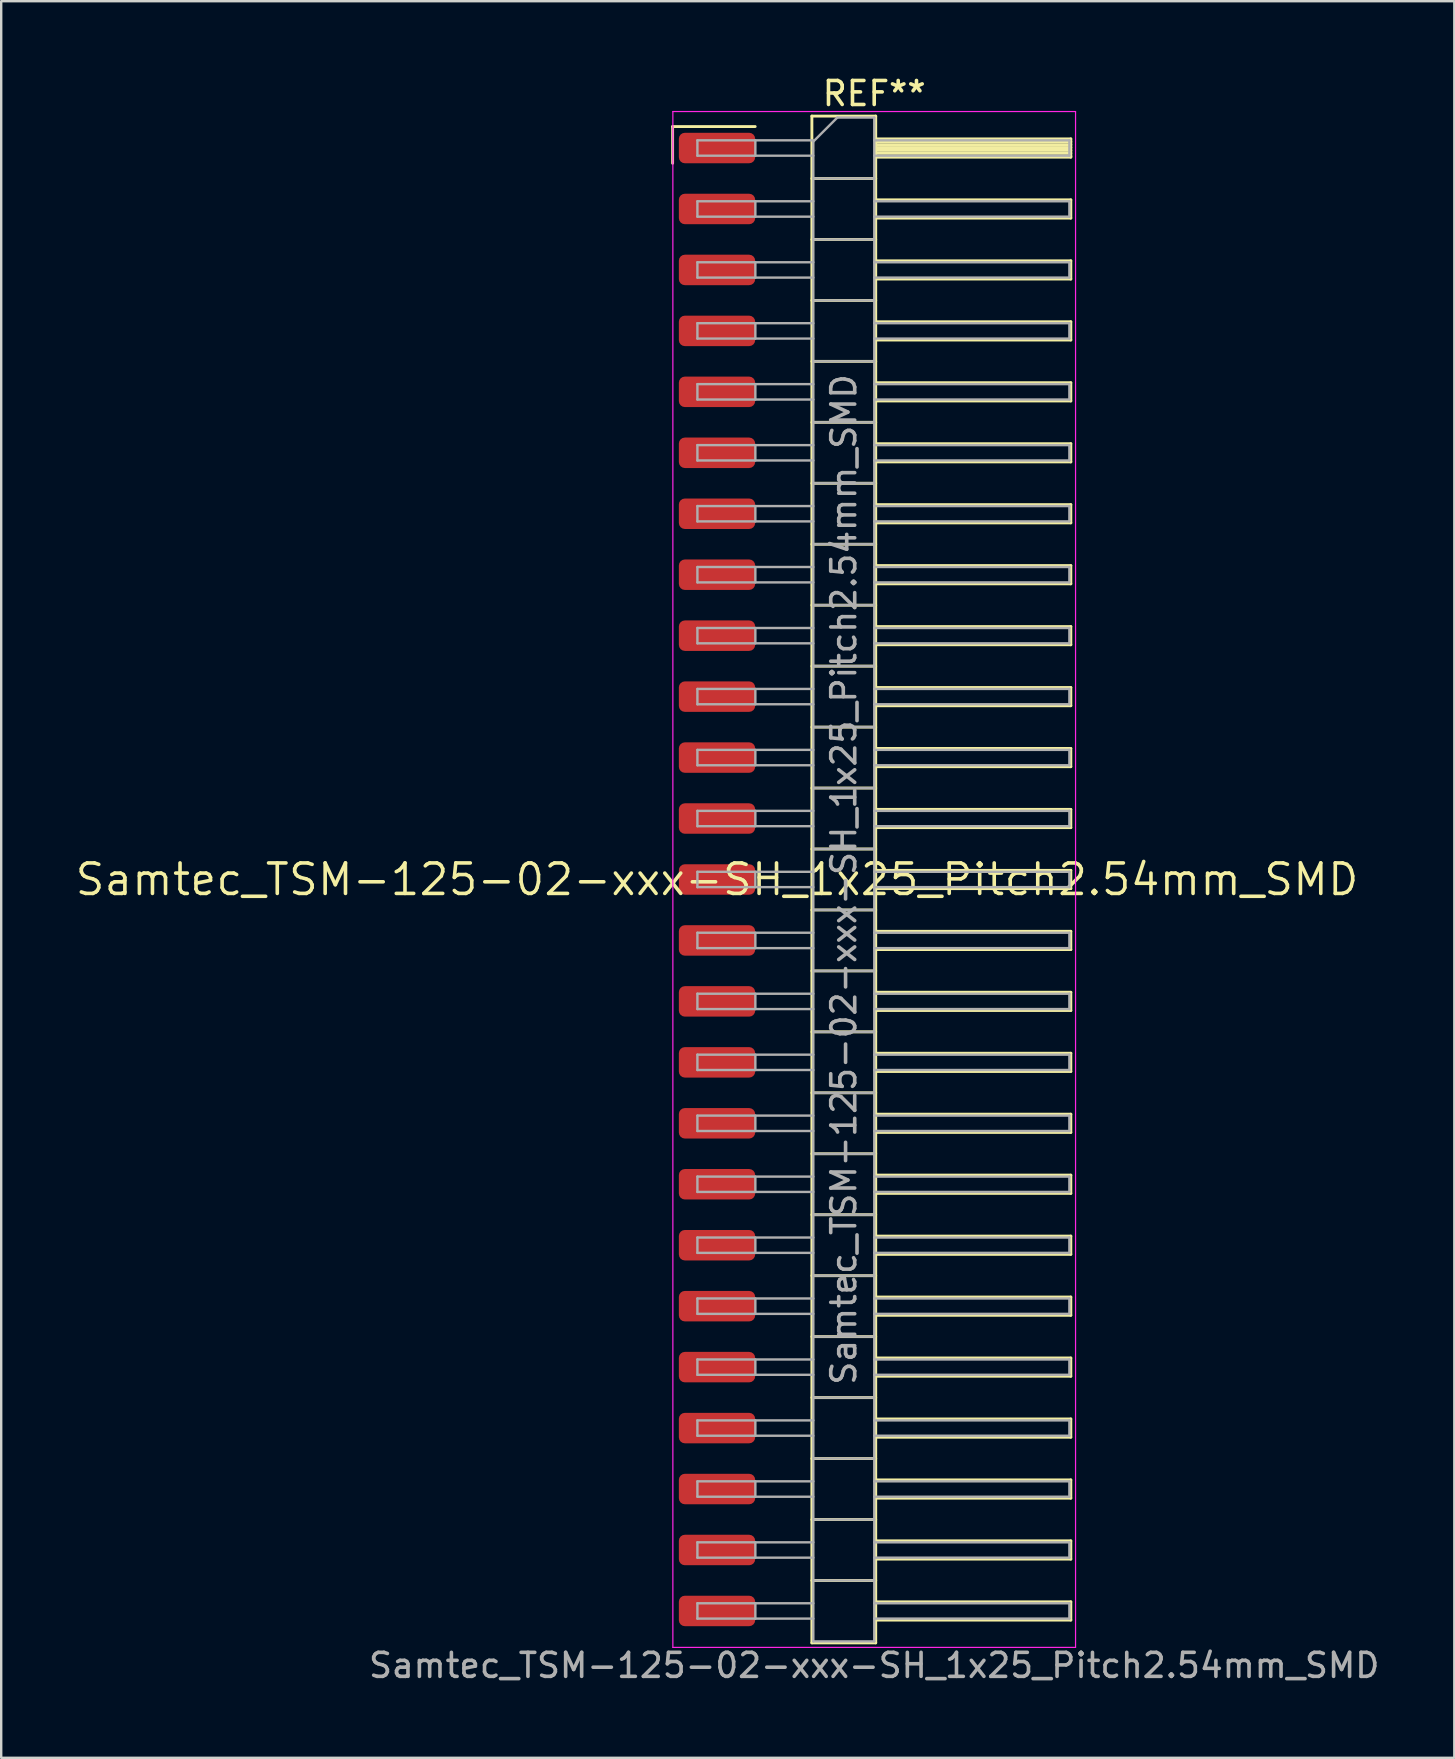
<source format=kicad_pcb>
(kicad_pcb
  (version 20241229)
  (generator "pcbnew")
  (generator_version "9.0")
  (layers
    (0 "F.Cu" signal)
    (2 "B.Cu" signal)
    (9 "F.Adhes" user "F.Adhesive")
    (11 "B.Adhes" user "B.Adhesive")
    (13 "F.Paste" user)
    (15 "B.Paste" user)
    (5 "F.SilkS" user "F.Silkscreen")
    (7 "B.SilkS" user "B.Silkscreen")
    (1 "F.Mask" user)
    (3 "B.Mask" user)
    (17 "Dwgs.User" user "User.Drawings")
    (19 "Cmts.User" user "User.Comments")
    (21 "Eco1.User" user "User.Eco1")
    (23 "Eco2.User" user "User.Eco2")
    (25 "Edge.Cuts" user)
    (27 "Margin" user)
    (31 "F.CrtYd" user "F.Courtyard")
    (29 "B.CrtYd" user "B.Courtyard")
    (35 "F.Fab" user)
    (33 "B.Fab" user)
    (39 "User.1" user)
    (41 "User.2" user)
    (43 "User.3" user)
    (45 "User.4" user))
  (footprint "Samtec_TSM-125-02-xxx-SH_1x25_Pitch2.54mm_SMD"
    (layer "F.Cu")
    (at 26.828 33.598)
    (property "Reference" "Samtec_TSM-125-02-xxx-SH_1x25_Pitch2.54mm_SMD" (at 0 0 0) (layer "F.SilkS") (effects (font (size 1.27 1.27) (thickness 0.15))))
    (attr smd)
    (fp_line (start -1.85 -31.375) (end 1.59 -31.375) (stroke (width 0.12) (type solid)) (layer "F.SilkS"))
    (fp_line (start -1.85 -29.845) (end -1.85 -31.375) (stroke (width 0.12) (type solid)) (layer "F.SilkS"))
    (fp_line (start 3.953 -31.81) (end 6.613 -31.81) (stroke (width 0.12) (type solid)) (layer "F.SilkS"))
    (fp_line (start 3.953 -29.21) (end 6.613 -29.21) (stroke (width 0.12) (type solid)) (layer "F.SilkS"))
    (fp_line (start 3.953 -26.67) (end 6.613 -26.67) (stroke (width 0.12) (type solid)) (layer "F.SilkS"))
    (fp_line (start 3.953 -24.13) (end 6.613 -24.13) (stroke (width 0.12) (type solid)) (layer "F.SilkS"))
    (fp_line (start 3.953 -21.59) (end 6.613 -21.59) (stroke (width 0.12) (type solid)) (layer "F.SilkS"))
    (fp_line (start 3.953 -19.05) (end 6.613 -19.05) (stroke (width 0.12) (type solid)) (layer "F.SilkS"))
    (fp_line (start 3.953 -16.51) (end 6.613 -16.51) (stroke (width 0.12) (type solid)) (layer "F.SilkS"))
    (fp_line (start 3.953 -13.97) (end 6.613 -13.97) (stroke (width 0.12) (type solid)) (layer "F.SilkS"))
    (fp_line (start 3.953 -11.43) (end 6.613 -11.43) (stroke (width 0.12) (type solid)) (layer "F.SilkS"))
    (fp_line (start 3.953 -8.89) (end 6.613 -8.89) (stroke (width 0.12) (type solid)) (layer "F.SilkS"))
    (fp_line (start 3.953 -6.35) (end 6.613 -6.35) (stroke (width 0.12) (type solid)) (layer "F.SilkS"))
    (fp_line (start 3.953 -3.81) (end 6.613 -3.81) (stroke (width 0.12) (type solid)) (layer "F.SilkS"))
    (fp_line (start 3.953 -1.27) (end 6.613 -1.27) (stroke (width 0.12) (type solid)) (layer "F.SilkS"))
    (fp_line (start 3.953 1.27) (end 6.613 1.27) (stroke (width 0.12) (type solid)) (layer "F.SilkS"))
    (fp_line (start 3.953 3.81) (end 6.613 3.81) (stroke (width 0.12) (type solid)) (layer "F.SilkS"))
    (fp_line (start 3.953 6.35) (end 6.613 6.35) (stroke (width 0.12) (type solid)) (layer "F.SilkS"))
    (fp_line (start 3.953 8.89) (end 6.613 8.89) (stroke (width 0.12) (type solid)) (layer "F.SilkS"))
    (fp_line (start 3.953 11.43) (end 6.613 11.43) (stroke (width 0.12) (type solid)) (layer "F.SilkS"))
    (fp_line (start 3.953 13.97) (end 6.613 13.97) (stroke (width 0.12) (type solid)) (layer "F.SilkS"))
    (fp_line (start 3.953 16.51) (end 6.613 16.51) (stroke (width 0.12) (type solid)) (layer "F.SilkS"))
    (fp_line (start 3.953 19.05) (end 6.613 19.05) (stroke (width 0.12) (type solid)) (layer "F.SilkS"))
    (fp_line (start 3.953 21.59) (end 6.613 21.59) (stroke (width 0.12) (type solid)) (layer "F.SilkS"))
    (fp_line (start 3.953 24.13) (end 6.613 24.13) (stroke (width 0.12) (type solid)) (layer "F.SilkS"))
    (fp_line (start 3.953 26.67) (end 6.613 26.67) (stroke (width 0.12) (type solid)) (layer "F.SilkS"))
    (fp_line (start 3.953 29.21) (end 6.613 29.21) (stroke (width 0.12) (type solid)) (layer "F.SilkS"))
    (fp_line (start 3.953 31.81) (end 3.953 -31.81) (stroke (width 0.12) (type solid)) (layer "F.SilkS"))
    (fp_line (start 6.613 -31.81) (end 6.613 31.81) (stroke (width 0.12) (type solid)) (layer "F.SilkS"))
    (fp_line (start 6.613 -30.86) (end 14.743 -30.86) (stroke (width 0.12) (type solid)) (layer "F.SilkS"))
    (fp_line (start 6.613 -30.74) (end 14.743 -30.74) (stroke (width 0.12) (type solid)) (layer "F.SilkS"))
    (fp_line (start 6.613 -30.62) (end 14.743 -30.62) (stroke (width 0.12) (type solid)) (layer "F.SilkS"))
    (fp_line (start 6.613 -30.5) (end 14.743 -30.5) (stroke (width 0.12) (type solid)) (layer "F.SilkS"))
    (fp_line (start 6.613 -30.38) (end 14.743 -30.38) (stroke (width 0.12) (type solid)) (layer "F.SilkS"))
    (fp_line (start 6.613 -30.26) (end 14.743 -30.26) (stroke (width 0.12) (type solid)) (layer "F.SilkS"))
    (fp_line (start 6.613 -30.14) (end 14.743 -30.14) (stroke (width 0.12) (type solid)) (layer "F.SilkS"))
    (fp_line (start 6.613 -30.1) (end 14.743 -30.1) (stroke (width 0.12) (type solid)) (layer "F.SilkS"))
    (fp_line (start 6.613 -28.32) (end 14.743 -28.32) (stroke (width 0.12) (type solid)) (layer "F.SilkS"))
    (fp_line (start 6.613 -27.56) (end 14.743 -27.56) (stroke (width 0.12) (type solid)) (layer "F.SilkS"))
    (fp_line (start 6.613 -25.78) (end 14.743 -25.78) (stroke (width 0.12) (type solid)) (layer "F.SilkS"))
    (fp_line (start 6.613 -25.02) (end 14.743 -25.02) (stroke (width 0.12) (type solid)) (layer "F.SilkS"))
    (fp_line (start 6.613 -23.24) (end 14.743 -23.24) (stroke (width 0.12) (type solid)) (layer "F.SilkS"))
    (fp_line (start 6.613 -22.48) (end 14.743 -22.48) (stroke (width 0.12) (type solid)) (layer "F.SilkS"))
    (fp_line (start 6.613 -20.7) (end 14.743 -20.7) (stroke (width 0.12) (type solid)) (layer "F.SilkS"))
    (fp_line (start 6.613 -19.94) (end 14.743 -19.94) (stroke (width 0.12) (type solid)) (layer "F.SilkS"))
    (fp_line (start 6.613 -18.16) (end 14.743 -18.16) (stroke (width 0.12) (type solid)) (layer "F.SilkS"))
    (fp_line (start 6.613 -17.4) (end 14.743 -17.4) (stroke (width 0.12) (type solid)) (layer "F.SilkS"))
    (fp_line (start 6.613 -15.62) (end 14.743 -15.62) (stroke (width 0.12) (type solid)) (layer "F.SilkS"))
    (fp_line (start 6.613 -14.86) (end 14.743 -14.86) (stroke (width 0.12) (type solid)) (layer "F.SilkS"))
    (fp_line (start 6.613 -13.08) (end 14.743 -13.08) (stroke (width 0.12) (type solid)) (layer "F.SilkS"))
    (fp_line (start 6.613 -12.32) (end 14.743 -12.32) (stroke (width 0.12) (type solid)) (layer "F.SilkS"))
    (fp_line (start 6.613 -10.54) (end 14.743 -10.54) (stroke (width 0.12) (type solid)) (layer "F.SilkS"))
    (fp_line (start 6.613 -9.78) (end 14.743 -9.78) (stroke (width 0.12) (type solid)) (layer "F.SilkS"))
    (fp_line (start 6.613 -8) (end 14.743 -8) (stroke (width 0.12) (type solid)) (layer "F.SilkS"))
    (fp_line (start 6.613 -7.24) (end 14.743 -7.24) (stroke (width 0.12) (type solid)) (layer "F.SilkS"))
    (fp_line (start 6.613 -5.46) (end 14.743 -5.46) (stroke (width 0.12) (type solid)) (layer "F.SilkS"))
    (fp_line (start 6.613 -4.7) (end 14.743 -4.7) (stroke (width 0.12) (type solid)) (layer "F.SilkS"))
    (fp_line (start 6.613 -2.92) (end 14.743 -2.92) (stroke (width 0.12) (type solid)) (layer "F.SilkS"))
    (fp_line (start 6.613 -2.16) (end 14.743 -2.16) (stroke (width 0.12) (type solid)) (layer "F.SilkS"))
    (fp_line (start 6.613 -0.38) (end 14.743 -0.38) (stroke (width 0.12) (type solid)) (layer "F.SilkS"))
    (fp_line (start 6.613 0.38) (end 14.743 0.38) (stroke (width 0.12) (type solid)) (layer "F.SilkS"))
    (fp_line (start 6.613 2.16) (end 14.743 2.16) (stroke (width 0.12) (type solid)) (layer "F.SilkS"))
    (fp_line (start 6.613 2.92) (end 14.743 2.92) (stroke (width 0.12) (type solid)) (layer "F.SilkS"))
    (fp_line (start 6.613 4.7) (end 14.743 4.7) (stroke (width 0.12) (type solid)) (layer "F.SilkS"))
    (fp_line (start 6.613 5.46) (end 14.743 5.46) (stroke (width 0.12) (type solid)) (layer "F.SilkS"))
    (fp_line (start 6.613 7.24) (end 14.743 7.24) (stroke (width 0.12) (type solid)) (layer "F.SilkS"))
    (fp_line (start 6.613 8) (end 14.743 8) (stroke (width 0.12) (type solid)) (layer "F.SilkS"))
    (fp_line (start 6.613 9.78) (end 14.743 9.78) (stroke (width 0.12) (type solid)) (layer "F.SilkS"))
    (fp_line (start 6.613 10.54) (end 14.743 10.54) (stroke (width 0.12) (type solid)) (layer "F.SilkS"))
    (fp_line (start 6.613 12.32) (end 14.743 12.32) (stroke (width 0.12) (type solid)) (layer "F.SilkS"))
    (fp_line (start 6.613 13.08) (end 14.743 13.08) (stroke (width 0.12) (type solid)) (layer "F.SilkS"))
    (fp_line (start 6.613 14.86) (end 14.743 14.86) (stroke (width 0.12) (type solid)) (layer "F.SilkS"))
    (fp_line (start 6.613 15.62) (end 14.743 15.62) (stroke (width 0.12) (type solid)) (layer "F.SilkS"))
    (fp_line (start 6.613 17.4) (end 14.743 17.4) (stroke (width 0.12) (type solid)) (layer "F.SilkS"))
    (fp_line (start 6.613 18.16) (end 14.743 18.16) (stroke (width 0.12) (type solid)) (layer "F.SilkS"))
    (fp_line (start 6.613 19.94) (end 14.743 19.94) (stroke (width 0.12) (type solid)) (layer "F.SilkS"))
    (fp_line (start 6.613 20.7) (end 14.743 20.7) (stroke (width 0.12) (type solid)) (layer "F.SilkS"))
    (fp_line (start 6.613 22.48) (end 14.743 22.48) (stroke (width 0.12) (type solid)) (layer "F.SilkS"))
    (fp_line (start 6.613 23.24) (end 14.743 23.24) (stroke (width 0.12) (type solid)) (layer "F.SilkS"))
    (fp_line (start 6.613 25.02) (end 14.743 25.02) (stroke (width 0.12) (type solid)) (layer "F.SilkS"))
    (fp_line (start 6.613 25.78) (end 14.743 25.78) (stroke (width 0.12) (type solid)) (layer "F.SilkS"))
    (fp_line (start 6.613 27.56) (end 14.743 27.56) (stroke (width 0.12) (type solid)) (layer "F.SilkS"))
    (fp_line (start 6.613 28.32) (end 14.743 28.32) (stroke (width 0.12) (type solid)) (layer "F.SilkS"))
    (fp_line (start 6.613 30.1) (end 14.743 30.1) (stroke (width 0.12) (type solid)) (layer "F.SilkS"))
    (fp_line (start 6.613 30.86) (end 14.743 30.86) (stroke (width 0.12) (type solid)) (layer "F.SilkS"))
    (fp_line (start 6.613 31.81) (end 3.953 31.81) (stroke (width 0.12) (type solid)) (layer "F.SilkS"))
    (fp_line (start 14.743 -30.86) (end 14.743 -30.1) (stroke (width 0.12) (type solid)) (layer "F.SilkS"))
    (fp_line (start 14.743 -28.32) (end 14.743 -27.56) (stroke (width 0.12) (type solid)) (layer "F.SilkS"))
    (fp_line (start 14.743 -25.78) (end 14.743 -25.02) (stroke (width 0.12) (type solid)) (layer "F.SilkS"))
    (fp_line (start 14.743 -23.24) (end 14.743 -22.48) (stroke (width 0.12) (type solid)) (layer "F.SilkS"))
    (fp_line (start 14.743 -20.7) (end 14.743 -19.94) (stroke (width 0.12) (type solid)) (layer "F.SilkS"))
    (fp_line (start 14.743 -18.16) (end 14.743 -17.4) (stroke (width 0.12) (type solid)) (layer "F.SilkS"))
    (fp_line (start 14.743 -15.62) (end 14.743 -14.86) (stroke (width 0.12) (type solid)) (layer "F.SilkS"))
    (fp_line (start 14.743 -13.08) (end 14.743 -12.32) (stroke (width 0.12) (type solid)) (layer "F.SilkS"))
    (fp_line (start 14.743 -10.54) (end 14.743 -9.78) (stroke (width 0.12) (type solid)) (layer "F.SilkS"))
    (fp_line (start 14.743 -8) (end 14.743 -7.24) (stroke (width 0.12) (type solid)) (layer "F.SilkS"))
    (fp_line (start 14.743 -5.46) (end 14.743 -4.7) (stroke (width 0.12) (type solid)) (layer "F.SilkS"))
    (fp_line (start 14.743 -2.92) (end 14.743 -2.16) (stroke (width 0.12) (type solid)) (layer "F.SilkS"))
    (fp_line (start 14.743 -0.38) (end 14.743 0.38) (stroke (width 0.12) (type solid)) (layer "F.SilkS"))
    (fp_line (start 14.743 2.16) (end 14.743 2.92) (stroke (width 0.12) (type solid)) (layer "F.SilkS"))
    (fp_line (start 14.743 4.7) (end 14.743 5.46) (stroke (width 0.12) (type solid)) (layer "F.SilkS"))
    (fp_line (start 14.743 7.24) (end 14.743 8) (stroke (width 0.12) (type solid)) (layer "F.SilkS"))
    (fp_line (start 14.743 9.78) (end 14.743 10.54) (stroke (width 0.12) (type solid)) (layer "F.SilkS"))
    (fp_line (start 14.743 12.32) (end 14.743 13.08) (stroke (width 0.12) (type solid)) (layer "F.SilkS"))
    (fp_line (start 14.743 14.86) (end 14.743 15.62) (stroke (width 0.12) (type solid)) (layer "F.SilkS"))
    (fp_line (start 14.743 17.4) (end 14.743 18.16) (stroke (width 0.12) (type solid)) (layer "F.SilkS"))
    (fp_line (start 14.743 19.94) (end 14.743 20.7) (stroke (width 0.12) (type solid)) (layer "F.SilkS"))
    (fp_line (start 14.743 22.48) (end 14.743 23.24) (stroke (width 0.12) (type solid)) (layer "F.SilkS"))
    (fp_line (start 14.743 25.02) (end 14.743 25.78) (stroke (width 0.12) (type solid)) (layer "F.SilkS"))
    (fp_line (start 14.743 27.56) (end 14.743 28.32) (stroke (width 0.12) (type solid)) (layer "F.SilkS"))
    (fp_line (start 14.743 30.1) (end 14.743 30.86) (stroke (width 0.12) (type solid)) (layer "F.SilkS"))
    (fp_line (start -1.84 -32) (end 14.94 -32) (stroke (width 0.05) (type solid)) (layer "F.CrtYd"))
    (fp_line (start -1.84 32) (end -1.84 -32) (stroke (width 0.05) (type solid)) (layer "F.CrtYd"))
    (fp_line (start 14.94 -32) (end 14.94 32) (stroke (width 0.05) (type solid)) (layer "F.CrtYd"))
    (fp_line (start 14.94 32) (end -1.84 32) (stroke (width 0.05) (type solid)) (layer "F.CrtYd"))
    (fp_line (start -0.817 -30.8) (end -0.817 -30.16) (stroke (width 0.1) (type solid)) (layer "F.Fab"))
    (fp_line (start -0.817 -30.8) (end 4.013 -30.8) (stroke (width 0.1) (type solid)) (layer "F.Fab"))
    (fp_line (start -0.817 -30.16) (end 4.013 -30.16) (stroke (width 0.1) (type solid)) (layer "F.Fab"))
    (fp_line (start -0.817 -28.26) (end -0.817 -27.62) (stroke (width 0.1) (type solid)) (layer "F.Fab"))
    (fp_line (start -0.817 -28.26) (end 4.013 -28.26) (stroke (width 0.1) (type solid)) (layer "F.Fab"))
    (fp_line (start -0.817 -27.62) (end 4.013 -27.62) (stroke (width 0.1) (type solid)) (layer "F.Fab"))
    (fp_line (start -0.817 -25.72) (end -0.817 -25.08) (stroke (width 0.1) (type solid)) (layer "F.Fab"))
    (fp_line (start -0.817 -25.72) (end 4.013 -25.72) (stroke (width 0.1) (type solid)) (layer "F.Fab"))
    (fp_line (start -0.817 -25.08) (end 4.013 -25.08) (stroke (width 0.1) (type solid)) (layer "F.Fab"))
    (fp_line (start -0.817 -23.18) (end -0.817 -22.54) (stroke (width 0.1) (type solid)) (layer "F.Fab"))
    (fp_line (start -0.817 -23.18) (end 4.013 -23.18) (stroke (width 0.1) (type solid)) (layer "F.Fab"))
    (fp_line (start -0.817 -22.54) (end 4.013 -22.54) (stroke (width 0.1) (type solid)) (layer "F.Fab"))
    (fp_line (start -0.817 -20.64) (end -0.817 -20) (stroke (width 0.1) (type solid)) (layer "F.Fab"))
    (fp_line (start -0.817 -20.64) (end 4.013 -20.64) (stroke (width 0.1) (type solid)) (layer "F.Fab"))
    (fp_line (start -0.817 -20) (end 4.013 -20) (stroke (width 0.1) (type solid)) (layer "F.Fab"))
    (fp_line (start -0.817 -18.1) (end -0.817 -17.46) (stroke (width 0.1) (type solid)) (layer "F.Fab"))
    (fp_line (start -0.817 -18.1) (end 4.013 -18.1) (stroke (width 0.1) (type solid)) (layer "F.Fab"))
    (fp_line (start -0.817 -17.46) (end 4.013 -17.46) (stroke (width 0.1) (type solid)) (layer "F.Fab"))
    (fp_line (start -0.817 -15.56) (end -0.817 -14.92) (stroke (width 0.1) (type solid)) (layer "F.Fab"))
    (fp_line (start -0.817 -15.56) (end 4.013 -15.56) (stroke (width 0.1) (type solid)) (layer "F.Fab"))
    (fp_line (start -0.817 -14.92) (end 4.013 -14.92) (stroke (width 0.1) (type solid)) (layer "F.Fab"))
    (fp_line (start -0.817 -13.02) (end -0.817 -12.38) (stroke (width 0.1) (type solid)) (layer "F.Fab"))
    (fp_line (start -0.817 -13.02) (end 4.013 -13.02) (stroke (width 0.1) (type solid)) (layer "F.Fab"))
    (fp_line (start -0.817 -12.38) (end 4.013 -12.38) (stroke (width 0.1) (type solid)) (layer "F.Fab"))
    (fp_line (start -0.817 -10.48) (end -0.817 -9.84) (stroke (width 0.1) (type solid)) (layer "F.Fab"))
    (fp_line (start -0.817 -10.48) (end 4.013 -10.48) (stroke (width 0.1) (type solid)) (layer "F.Fab"))
    (fp_line (start -0.817 -9.84) (end 4.013 -9.84) (stroke (width 0.1) (type solid)) (layer "F.Fab"))
    (fp_line (start -0.817 -7.94) (end -0.817 -7.3) (stroke (width 0.1) (type solid)) (layer "F.Fab"))
    (fp_line (start -0.817 -7.94) (end 4.013 -7.94) (stroke (width 0.1) (type solid)) (layer "F.Fab"))
    (fp_line (start -0.817 -7.3) (end 4.013 -7.3) (stroke (width 0.1) (type solid)) (layer "F.Fab"))
    (fp_line (start -0.817 -5.4) (end -0.817 -4.76) (stroke (width 0.1) (type solid)) (layer "F.Fab"))
    (fp_line (start -0.817 -5.4) (end 4.013 -5.4) (stroke (width 0.1) (type solid)) (layer "F.Fab"))
    (fp_line (start -0.817 -4.76) (end 4.013 -4.76) (stroke (width 0.1) (type solid)) (layer "F.Fab"))
    (fp_line (start -0.817 -2.86) (end -0.817 -2.22) (stroke (width 0.1) (type solid)) (layer "F.Fab"))
    (fp_line (start -0.817 -2.86) (end 4.013 -2.86) (stroke (width 0.1) (type solid)) (layer "F.Fab"))
    (fp_line (start -0.817 -2.22) (end 4.013 -2.22) (stroke (width 0.1) (type solid)) (layer "F.Fab"))
    (fp_line (start -0.817 -0.32) (end -0.817 0.32) (stroke (width 0.1) (type solid)) (layer "F.Fab"))
    (fp_line (start -0.817 -0.32) (end 4.013 -0.32) (stroke (width 0.1) (type solid)) (layer "F.Fab"))
    (fp_line (start -0.817 0.32) (end 4.013 0.32) (stroke (width 0.1) (type solid)) (layer "F.Fab"))
    (fp_line (start -0.817 2.22) (end -0.817 2.86) (stroke (width 0.1) (type solid)) (layer "F.Fab"))
    (fp_line (start -0.817 2.22) (end 4.013 2.22) (stroke (width 0.1) (type solid)) (layer "F.Fab"))
    (fp_line (start -0.817 2.86) (end 4.013 2.86) (stroke (width 0.1) (type solid)) (layer "F.Fab"))
    (fp_line (start -0.817 4.76) (end -0.817 5.4) (stroke (width 0.1) (type solid)) (layer "F.Fab"))
    (fp_line (start -0.817 4.76) (end 4.013 4.76) (stroke (width 0.1) (type solid)) (layer "F.Fab"))
    (fp_line (start -0.817 5.4) (end 4.013 5.4) (stroke (width 0.1) (type solid)) (layer "F.Fab"))
    (fp_line (start -0.817 7.3) (end -0.817 7.94) (stroke (width 0.1) (type solid)) (layer "F.Fab"))
    (fp_line (start -0.817 7.3) (end 4.013 7.3) (stroke (width 0.1) (type solid)) (layer "F.Fab"))
    (fp_line (start -0.817 7.94) (end 4.013 7.94) (stroke (width 0.1) (type solid)) (layer "F.Fab"))
    (fp_line (start -0.817 9.84) (end -0.817 10.48) (stroke (width 0.1) (type solid)) (layer "F.Fab"))
    (fp_line (start -0.817 9.84) (end 4.013 9.84) (stroke (width 0.1) (type solid)) (layer "F.Fab"))
    (fp_line (start -0.817 10.48) (end 4.013 10.48) (stroke (width 0.1) (type solid)) (layer "F.Fab"))
    (fp_line (start -0.817 12.38) (end -0.817 13.02) (stroke (width 0.1) (type solid)) (layer "F.Fab"))
    (fp_line (start -0.817 12.38) (end 4.013 12.38) (stroke (width 0.1) (type solid)) (layer "F.Fab"))
    (fp_line (start -0.817 13.02) (end 4.013 13.02) (stroke (width 0.1) (type solid)) (layer "F.Fab"))
    (fp_line (start -0.817 14.92) (end -0.817 15.56) (stroke (width 0.1) (type solid)) (layer "F.Fab"))
    (fp_line (start -0.817 14.92) (end 4.013 14.92) (stroke (width 0.1) (type solid)) (layer "F.Fab"))
    (fp_line (start -0.817 15.56) (end 4.013 15.56) (stroke (width 0.1) (type solid)) (layer "F.Fab"))
    (fp_line (start -0.817 17.46) (end -0.817 18.1) (stroke (width 0.1) (type solid)) (layer "F.Fab"))
    (fp_line (start -0.817 17.46) (end 4.013 17.46) (stroke (width 0.1) (type solid)) (layer "F.Fab"))
    (fp_line (start -0.817 18.1) (end 4.013 18.1) (stroke (width 0.1) (type solid)) (layer "F.Fab"))
    (fp_line (start -0.817 20) (end -0.817 20.64) (stroke (width 0.1) (type solid)) (layer "F.Fab"))
    (fp_line (start -0.817 20) (end 4.013 20) (stroke (width 0.1) (type solid)) (layer "F.Fab"))
    (fp_line (start -0.817 20.64) (end 4.013 20.64) (stroke (width 0.1) (type solid)) (layer "F.Fab"))
    (fp_line (start -0.817 22.54) (end -0.817 23.18) (stroke (width 0.1) (type solid)) (layer "F.Fab"))
    (fp_line (start -0.817 22.54) (end 4.013 22.54) (stroke (width 0.1) (type solid)) (layer "F.Fab"))
    (fp_line (start -0.817 23.18) (end 4.013 23.18) (stroke (width 0.1) (type solid)) (layer "F.Fab"))
    (fp_line (start -0.817 25.08) (end -0.817 25.72) (stroke (width 0.1) (type solid)) (layer "F.Fab"))
    (fp_line (start -0.817 25.08) (end 4.013 25.08) (stroke (width 0.1) (type solid)) (layer "F.Fab"))
    (fp_line (start -0.817 25.72) (end 4.013 25.72) (stroke (width 0.1) (type solid)) (layer "F.Fab"))
    (fp_line (start -0.817 27.62) (end -0.817 28.26) (stroke (width 0.1) (type solid)) (layer "F.Fab"))
    (fp_line (start -0.817 27.62) (end 4.013 27.62) (stroke (width 0.1) (type solid)) (layer "F.Fab"))
    (fp_line (start -0.817 28.26) (end 4.013 28.26) (stroke (width 0.1) (type solid)) (layer "F.Fab"))
    (fp_line (start -0.817 30.16) (end -0.817 30.8) (stroke (width 0.1) (type solid)) (layer "F.Fab"))
    (fp_line (start -0.817 30.16) (end 4.013 30.16) (stroke (width 0.1) (type solid)) (layer "F.Fab"))
    (fp_line (start -0.817 30.8) (end 4.013 30.8) (stroke (width 0.1) (type solid)) (layer "F.Fab"))
    (fp_line (start 1.598 -30.8) (end 1.598 -30.16) (stroke (width 0.1) (type solid)) (layer "F.Fab"))
    (fp_line (start 1.598 -28.26) (end 1.598 -27.62) (stroke (width 0.1) (type solid)) (layer "F.Fab"))
    (fp_line (start 1.598 -25.72) (end 1.598 -25.08) (stroke (width 0.1) (type solid)) (layer "F.Fab"))
    (fp_line (start 1.598 -23.18) (end 1.598 -22.54) (stroke (width 0.1) (type solid)) (layer "F.Fab"))
    (fp_line (start 1.598 -20.64) (end 1.598 -20) (stroke (width 0.1) (type solid)) (layer "F.Fab"))
    (fp_line (start 1.598 -18.1) (end 1.598 -17.46) (stroke (width 0.1) (type solid)) (layer "F.Fab"))
    (fp_line (start 1.598 -15.56) (end 1.598 -14.92) (stroke (width 0.1) (type solid)) (layer "F.Fab"))
    (fp_line (start 1.598 -13.02) (end 1.598 -12.38) (stroke (width 0.1) (type solid)) (layer "F.Fab"))
    (fp_line (start 1.598 -10.48) (end 1.598 -9.84) (stroke (width 0.1) (type solid)) (layer "F.Fab"))
    (fp_line (start 1.598 -7.94) (end 1.598 -7.3) (stroke (width 0.1) (type solid)) (layer "F.Fab"))
    (fp_line (start 1.598 -5.4) (end 1.598 -4.76) (stroke (width 0.1) (type solid)) (layer "F.Fab"))
    (fp_line (start 1.598 -2.86) (end 1.598 -2.22) (stroke (width 0.1) (type solid)) (layer "F.Fab"))
    (fp_line (start 1.598 -0.32) (end 1.598 0.32) (stroke (width 0.1) (type solid)) (layer "F.Fab"))
    (fp_line (start 1.598 2.22) (end 1.598 2.86) (stroke (width 0.1) (type solid)) (layer "F.Fab"))
    (fp_line (start 1.598 4.76) (end 1.598 5.4) (stroke (width 0.1) (type solid)) (layer "F.Fab"))
    (fp_line (start 1.598 7.3) (end 1.598 7.94) (stroke (width 0.1) (type solid)) (layer "F.Fab"))
    (fp_line (start 1.598 9.84) (end 1.598 10.48) (stroke (width 0.1) (type solid)) (layer "F.Fab"))
    (fp_line (start 1.598 12.38) (end 1.598 13.02) (stroke (width 0.1) (type solid)) (layer "F.Fab"))
    (fp_line (start 1.598 14.92) (end 1.598 15.56) (stroke (width 0.1) (type solid)) (layer "F.Fab"))
    (fp_line (start 1.598 17.46) (end 1.598 18.1) (stroke (width 0.1) (type solid)) (layer "F.Fab"))
    (fp_line (start 1.598 20) (end 1.598 20.64) (stroke (width 0.1) (type solid)) (layer "F.Fab"))
    (fp_line (start 1.598 22.54) (end 1.598 23.18) (stroke (width 0.1) (type solid)) (layer "F.Fab"))
    (fp_line (start 1.598 25.08) (end 1.598 25.72) (stroke (width 0.1) (type solid)) (layer "F.Fab"))
    (fp_line (start 1.598 27.62) (end 1.598 28.26) (stroke (width 0.1) (type solid)) (layer "F.Fab"))
    (fp_line (start 1.598 30.16) (end 1.598 30.8) (stroke (width 0.1) (type solid)) (layer "F.Fab"))
    (fp_line (start 4.013 -30.75) (end 5.013 -31.75) (stroke (width 0.1) (type solid)) (layer "F.Fab"))
    (fp_line (start 4.013 -29.21) (end 6.553 -29.21) (stroke (width 0.1) (type solid)) (layer "F.Fab"))
    (fp_line (start 4.013 -26.67) (end 6.553 -26.67) (stroke (width 0.1) (type solid)) (layer "F.Fab"))
    (fp_line (start 4.013 -24.13) (end 6.553 -24.13) (stroke (width 0.1) (type solid)) (layer "F.Fab"))
    (fp_line (start 4.013 -21.59) (end 6.553 -21.59) (stroke (width 0.1) (type solid)) (layer "F.Fab"))
    (fp_line (start 4.013 -19.05) (end 6.553 -19.05) (stroke (width 0.1) (type solid)) (layer "F.Fab"))
    (fp_line (start 4.013 -16.51) (end 6.553 -16.51) (stroke (width 0.1) (type solid)) (layer "F.Fab"))
    (fp_line (start 4.013 -13.97) (end 6.553 -13.97) (stroke (width 0.1) (type solid)) (layer "F.Fab"))
    (fp_line (start 4.013 -11.43) (end 6.553 -11.43) (stroke (width 0.1) (type solid)) (layer "F.Fab"))
    (fp_line (start 4.013 -8.89) (end 6.553 -8.89) (stroke (width 0.1) (type solid)) (layer "F.Fab"))
    (fp_line (start 4.013 -6.35) (end 6.553 -6.35) (stroke (width 0.1) (type solid)) (layer "F.Fab"))
    (fp_line (start 4.013 -3.81) (end 6.553 -3.81) (stroke (width 0.1) (type solid)) (layer "F.Fab"))
    (fp_line (start 4.013 -1.27) (end 6.553 -1.27) (stroke (width 0.1) (type solid)) (layer "F.Fab"))
    (fp_line (start 4.013 1.27) (end 6.553 1.27) (stroke (width 0.1) (type solid)) (layer "F.Fab"))
    (fp_line (start 4.013 3.81) (end 6.553 3.81) (stroke (width 0.1) (type solid)) (layer "F.Fab"))
    (fp_line (start 4.013 6.35) (end 6.553 6.35) (stroke (width 0.1) (type solid)) (layer "F.Fab"))
    (fp_line (start 4.013 8.89) (end 6.553 8.89) (stroke (width 0.1) (type solid)) (layer "F.Fab"))
    (fp_line (start 4.013 11.43) (end 6.553 11.43) (stroke (width 0.1) (type solid)) (layer "F.Fab"))
    (fp_line (start 4.013 13.97) (end 6.553 13.97) (stroke (width 0.1) (type solid)) (layer "F.Fab"))
    (fp_line (start 4.013 16.51) (end 6.553 16.51) (stroke (width 0.1) (type solid)) (layer "F.Fab"))
    (fp_line (start 4.013 19.05) (end 6.553 19.05) (stroke (width 0.1) (type solid)) (layer "F.Fab"))
    (fp_line (start 4.013 21.59) (end 6.553 21.59) (stroke (width 0.1) (type solid)) (layer "F.Fab"))
    (fp_line (start 4.013 24.13) (end 6.553 24.13) (stroke (width 0.1) (type solid)) (layer "F.Fab"))
    (fp_line (start 4.013 26.67) (end 6.553 26.67) (stroke (width 0.1) (type solid)) (layer "F.Fab"))
    (fp_line (start 4.013 29.21) (end 6.553 29.21) (stroke (width 0.1) (type solid)) (layer "F.Fab"))
    (fp_line (start 4.013 31.75) (end 4.013 -30.75) (stroke (width 0.1) (type solid)) (layer "F.Fab"))
    (fp_line (start 5.013 -31.75) (end 6.553 -31.75) (stroke (width 0.1) (type solid)) (layer "F.Fab"))
    (fp_line (start 6.553 -31.75) (end 6.553 31.75) (stroke (width 0.1) (type solid)) (layer "F.Fab"))
    (fp_line (start 6.553 -30.8) (end 14.683 -30.8) (stroke (width 0.1) (type solid)) (layer "F.Fab"))
    (fp_line (start 6.553 -30.16) (end 14.683 -30.16) (stroke (width 0.1) (type solid)) (layer "F.Fab"))
    (fp_line (start 6.553 -28.26) (end 14.683 -28.26) (stroke (width 0.1) (type solid)) (layer "F.Fab"))
    (fp_line (start 6.553 -27.62) (end 14.683 -27.62) (stroke (width 0.1) (type solid)) (layer "F.Fab"))
    (fp_line (start 6.553 -25.72) (end 14.683 -25.72) (stroke (width 0.1) (type solid)) (layer "F.Fab"))
    (fp_line (start 6.553 -25.08) (end 14.683 -25.08) (stroke (width 0.1) (type solid)) (layer "F.Fab"))
    (fp_line (start 6.553 -23.18) (end 14.683 -23.18) (stroke (width 0.1) (type solid)) (layer "F.Fab"))
    (fp_line (start 6.553 -22.54) (end 14.683 -22.54) (stroke (width 0.1) (type solid)) (layer "F.Fab"))
    (fp_line (start 6.553 -20.64) (end 14.683 -20.64) (stroke (width 0.1) (type solid)) (layer "F.Fab"))
    (fp_line (start 6.553 -20) (end 14.683 -20) (stroke (width 0.1) (type solid)) (layer "F.Fab"))
    (fp_line (start 6.553 -18.1) (end 14.683 -18.1) (stroke (width 0.1) (type solid)) (layer "F.Fab"))
    (fp_line (start 6.553 -17.46) (end 14.683 -17.46) (stroke (width 0.1) (type solid)) (layer "F.Fab"))
    (fp_line (start 6.553 -15.56) (end 14.683 -15.56) (stroke (width 0.1) (type solid)) (layer "F.Fab"))
    (fp_line (start 6.553 -14.92) (end 14.683 -14.92) (stroke (width 0.1) (type solid)) (layer "F.Fab"))
    (fp_line (start 6.553 -13.02) (end 14.683 -13.02) (stroke (width 0.1) (type solid)) (layer "F.Fab"))
    (fp_line (start 6.553 -12.38) (end 14.683 -12.38) (stroke (width 0.1) (type solid)) (layer "F.Fab"))
    (fp_line (start 6.553 -10.48) (end 14.683 -10.48) (stroke (width 0.1) (type solid)) (layer "F.Fab"))
    (fp_line (start 6.553 -9.84) (end 14.683 -9.84) (stroke (width 0.1) (type solid)) (layer "F.Fab"))
    (fp_line (start 6.553 -7.94) (end 14.683 -7.94) (stroke (width 0.1) (type solid)) (layer "F.Fab"))
    (fp_line (start 6.553 -7.3) (end 14.683 -7.3) (stroke (width 0.1) (type solid)) (layer "F.Fab"))
    (fp_line (start 6.553 -5.4) (end 14.683 -5.4) (stroke (width 0.1) (type solid)) (layer "F.Fab"))
    (fp_line (start 6.553 -4.76) (end 14.683 -4.76) (stroke (width 0.1) (type solid)) (layer "F.Fab"))
    (fp_line (start 6.553 -2.86) (end 14.683 -2.86) (stroke (width 0.1) (type solid)) (layer "F.Fab"))
    (fp_line (start 6.553 -2.22) (end 14.683 -2.22) (stroke (width 0.1) (type solid)) (layer "F.Fab"))
    (fp_line (start 6.553 -0.32) (end 14.683 -0.32) (stroke (width 0.1) (type solid)) (layer "F.Fab"))
    (fp_line (start 6.553 0.32) (end 14.683 0.32) (stroke (width 0.1) (type solid)) (layer "F.Fab"))
    (fp_line (start 6.553 2.22) (end 14.683 2.22) (stroke (width 0.1) (type solid)) (layer "F.Fab"))
    (fp_line (start 6.553 2.86) (end 14.683 2.86) (stroke (width 0.1) (type solid)) (layer "F.Fab"))
    (fp_line (start 6.553 4.76) (end 14.683 4.76) (stroke (width 0.1) (type solid)) (layer "F.Fab"))
    (fp_line (start 6.553 5.4) (end 14.683 5.4) (stroke (width 0.1) (type solid)) (layer "F.Fab"))
    (fp_line (start 6.553 7.3) (end 14.683 7.3) (stroke (width 0.1) (type solid)) (layer "F.Fab"))
    (fp_line (start 6.553 7.94) (end 14.683 7.94) (stroke (width 0.1) (type solid)) (layer "F.Fab"))
    (fp_line (start 6.553 9.84) (end 14.683 9.84) (stroke (width 0.1) (type solid)) (layer "F.Fab"))
    (fp_line (start 6.553 10.48) (end 14.683 10.48) (stroke (width 0.1) (type solid)) (layer "F.Fab"))
    (fp_line (start 6.553 12.38) (end 14.683 12.38) (stroke (width 0.1) (type solid)) (layer "F.Fab"))
    (fp_line (start 6.553 13.02) (end 14.683 13.02) (stroke (width 0.1) (type solid)) (layer "F.Fab"))
    (fp_line (start 6.553 14.92) (end 14.683 14.92) (stroke (width 0.1) (type solid)) (layer "F.Fab"))
    (fp_line (start 6.553 15.56) (end 14.683 15.56) (stroke (width 0.1) (type solid)) (layer "F.Fab"))
    (fp_line (start 6.553 17.46) (end 14.683 17.46) (stroke (width 0.1) (type solid)) (layer "F.Fab"))
    (fp_line (start 6.553 18.1) (end 14.683 18.1) (stroke (width 0.1) (type solid)) (layer "F.Fab"))
    (fp_line (start 6.553 20) (end 14.683 20) (stroke (width 0.1) (type solid)) (layer "F.Fab"))
    (fp_line (start 6.553 20.64) (end 14.683 20.64) (stroke (width 0.1) (type solid)) (layer "F.Fab"))
    (fp_line (start 6.553 22.54) (end 14.683 22.54) (stroke (width 0.1) (type solid)) (layer "F.Fab"))
    (fp_line (start 6.553 23.18) (end 14.683 23.18) (stroke (width 0.1) (type solid)) (layer "F.Fab"))
    (fp_line (start 6.553 25.08) (end 14.683 25.08) (stroke (width 0.1) (type solid)) (layer "F.Fab"))
    (fp_line (start 6.553 25.72) (end 14.683 25.72) (stroke (width 0.1) (type solid)) (layer "F.Fab"))
    (fp_line (start 6.553 27.62) (end 14.683 27.62) (stroke (width 0.1) (type solid)) (layer "F.Fab"))
    (fp_line (start 6.553 28.26) (end 14.683 28.26) (stroke (width 0.1) (type solid)) (layer "F.Fab"))
    (fp_line (start 6.553 30.16) (end 14.683 30.16) (stroke (width 0.1) (type solid)) (layer "F.Fab"))
    (fp_line (start 6.553 30.8) (end 14.683 30.8) (stroke (width 0.1) (type solid)) (layer "F.Fab"))
    (fp_line (start 6.553 31.75) (end 4.013 31.75) (stroke (width 0.1) (type solid)) (layer "F.Fab"))
    (fp_line (start 14.683 -30.8) (end 14.683 -30.16) (stroke (width 0.1) (type solid)) (layer "F.Fab"))
    (fp_line (start 14.683 -28.26) (end 14.683 -27.62) (stroke (width 0.1) (type solid)) (layer "F.Fab"))
    (fp_line (start 14.683 -25.72) (end 14.683 -25.08) (stroke (width 0.1) (type solid)) (layer "F.Fab"))
    (fp_line (start 14.683 -23.18) (end 14.683 -22.54) (stroke (width 0.1) (type solid)) (layer "F.Fab"))
    (fp_line (start 14.683 -20.64) (end 14.683 -20) (stroke (width 0.1) (type solid)) (layer "F.Fab"))
    (fp_line (start 14.683 -18.1) (end 14.683 -17.46) (stroke (width 0.1) (type solid)) (layer "F.Fab"))
    (fp_line (start 14.683 -15.56) (end 14.683 -14.92) (stroke (width 0.1) (type solid)) (layer "F.Fab"))
    (fp_line (start 14.683 -13.02) (end 14.683 -12.38) (stroke (width 0.1) (type solid)) (layer "F.Fab"))
    (fp_line (start 14.683 -10.48) (end 14.683 -9.84) (stroke (width 0.1) (type solid)) (layer "F.Fab"))
    (fp_line (start 14.683 -7.94) (end 14.683 -7.3) (stroke (width 0.1) (type solid)) (layer "F.Fab"))
    (fp_line (start 14.683 -5.4) (end 14.683 -4.76) (stroke (width 0.1) (type solid)) (layer "F.Fab"))
    (fp_line (start 14.683 -2.86) (end 14.683 -2.22) (stroke (width 0.1) (type solid)) (layer "F.Fab"))
    (fp_line (start 14.683 -0.32) (end 14.683 0.32) (stroke (width 0.1) (type solid)) (layer "F.Fab"))
    (fp_line (start 14.683 2.22) (end 14.683 2.86) (stroke (width 0.1) (type solid)) (layer "F.Fab"))
    (fp_line (start 14.683 4.76) (end 14.683 5.4) (stroke (width 0.1) (type solid)) (layer "F.Fab"))
    (fp_line (start 14.683 7.3) (end 14.683 7.94) (stroke (width 0.1) (type solid)) (layer "F.Fab"))
    (fp_line (start 14.683 9.84) (end 14.683 10.48) (stroke (width 0.1) (type solid)) (layer "F.Fab"))
    (fp_line (start 14.683 12.38) (end 14.683 13.02) (stroke (width 0.1) (type solid)) (layer "F.Fab"))
    (fp_line (start 14.683 14.92) (end 14.683 15.56) (stroke (width 0.1) (type solid)) (layer "F.Fab"))
    (fp_line (start 14.683 17.46) (end 14.683 18.1) (stroke (width 0.1) (type solid)) (layer "F.Fab"))
    (fp_line (start 14.683 20) (end 14.683 20.64) (stroke (width 0.1) (type solid)) (layer "F.Fab"))
    (fp_line (start 14.683 22.54) (end 14.683 23.18) (stroke (width 0.1) (type solid)) (layer "F.Fab"))
    (fp_line (start 14.683 25.08) (end 14.683 25.72) (stroke (width 0.1) (type solid)) (layer "F.Fab"))
    (fp_line (start 14.683 27.62) (end 14.683 28.26) (stroke (width 0.1) (type solid)) (layer "F.Fab"))
    (fp_line (start 14.683 30.16) (end 14.683 30.8) (stroke (width 0.1) (type solid)) (layer "F.Fab"))
    (fp_text user "REF**" (at 6.55 -32.75 0) (layer "F.SilkS") (effects (font (size 1 1) (thickness 0.15))))
    (fp_text user "Samtec_TSM-125-02-xxx-SH_1x25_Pitch2.54mm_SMD" (at 6.55 32.75 0) (layer "F.Fab") (effects (font (size 1 1) (thickness 0.15))))
    (fp_text user "${REFERENCE}" (at 5.283 0 90) (layer "F.Fab") (effects (font (size 1 1) (thickness 0.15))))
    (pad "1" smd roundrect (at 0 -30.48) (size 3.18 1.27) (layers "F.Cu" "F.Mask" "F.Paste") (roundrect_rratio 0.197))
    (pad "2" smd roundrect (at 0 -27.94) (size 3.18 1.27) (layers "F.Cu" "F.Mask" "F.Paste") (roundrect_rratio 0.197))
    (pad "3" smd roundrect (at 0 -25.4) (size 3.18 1.27) (layers "F.Cu" "F.Mask" "F.Paste") (roundrect_rratio 0.197))
    (pad "4" smd roundrect (at 0 -22.86) (size 3.18 1.27) (layers "F.Cu" "F.Mask" "F.Paste") (roundrect_rratio 0.197))
    (pad "5" smd roundrect (at 0 -20.32) (size 3.18 1.27) (layers "F.Cu" "F.Mask" "F.Paste") (roundrect_rratio 0.197))
    (pad "6" smd roundrect (at 0 -17.78) (size 3.18 1.27) (layers "F.Cu" "F.Mask" "F.Paste") (roundrect_rratio 0.197))
    (pad "7" smd roundrect (at 0 -15.24) (size 3.18 1.27) (layers "F.Cu" "F.Mask" "F.Paste") (roundrect_rratio 0.197))
    (pad "8" smd roundrect (at 0 -12.7) (size 3.18 1.27) (layers "F.Cu" "F.Mask" "F.Paste") (roundrect_rratio 0.197))
    (pad "9" smd roundrect (at 0 -10.16) (size 3.18 1.27) (layers "F.Cu" "F.Mask" "F.Paste") (roundrect_rratio 0.197))
    (pad "10" smd roundrect (at 0 -7.62) (size 3.18 1.27) (layers "F.Cu" "F.Mask" "F.Paste") (roundrect_rratio 0.197))
    (pad "11" smd roundrect (at 0 -5.08) (size 3.18 1.27) (layers "F.Cu" "F.Mask" "F.Paste") (roundrect_rratio 0.197))
    (pad "12" smd roundrect (at 0 -2.54) (size 3.18 1.27) (layers "F.Cu" "F.Mask" "F.Paste") (roundrect_rratio 0.197))
    (pad "13" smd roundrect (at 0 0) (size 3.18 1.27) (layers "F.Cu" "F.Mask" "F.Paste") (roundrect_rratio 0.197))
    (pad "14" smd roundrect (at 0 2.54) (size 3.18 1.27) (layers "F.Cu" "F.Mask" "F.Paste") (roundrect_rratio 0.197))
    (pad "15" smd roundrect (at 0 5.08) (size 3.18 1.27) (layers "F.Cu" "F.Mask" "F.Paste") (roundrect_rratio 0.197))
    (pad "16" smd roundrect (at 0 7.62) (size 3.18 1.27) (layers "F.Cu" "F.Mask" "F.Paste") (roundrect_rratio 0.197))
    (pad "17" smd roundrect (at 0 10.16) (size 3.18 1.27) (layers "F.Cu" "F.Mask" "F.Paste") (roundrect_rratio 0.197))
    (pad "18" smd roundrect (at 0 12.7) (size 3.18 1.27) (layers "F.Cu" "F.Mask" "F.Paste") (roundrect_rratio 0.197))
    (pad "19" smd roundrect (at 0 15.24) (size 3.18 1.27) (layers "F.Cu" "F.Mask" "F.Paste") (roundrect_rratio 0.197))
    (pad "20" smd roundrect (at 0 17.78) (size 3.18 1.27) (layers "F.Cu" "F.Mask" "F.Paste") (roundrect_rratio 0.197))
    (pad "21" smd roundrect (at 0 20.32) (size 3.18 1.27) (layers "F.Cu" "F.Mask" "F.Paste") (roundrect_rratio 0.197))
    (pad "22" smd roundrect (at 0 22.86) (size 3.18 1.27) (layers "F.Cu" "F.Mask" "F.Paste") (roundrect_rratio 0.197))
    (pad "23" smd roundrect (at 0 25.4) (size 3.18 1.27) (layers "F.Cu" "F.Mask" "F.Paste") (roundrect_rratio 0.197))
    (pad "24" smd roundrect (at 0 27.94) (size 3.18 1.27) (layers "F.Cu" "F.Mask" "F.Paste") (roundrect_rratio 0.197))
    (pad "25" smd roundrect (at 0 30.48) (size 3.18 1.27) (layers "F.Cu" "F.Mask" "F.Paste") (roundrect_rratio 0.197)))
  (gr_rect
    (start -3 -3)
    (end 57.551 70.197)
    (stroke (width 0.1) (type default))
    (fill no)
    (layer "Edge.Cuts")))
</source>
